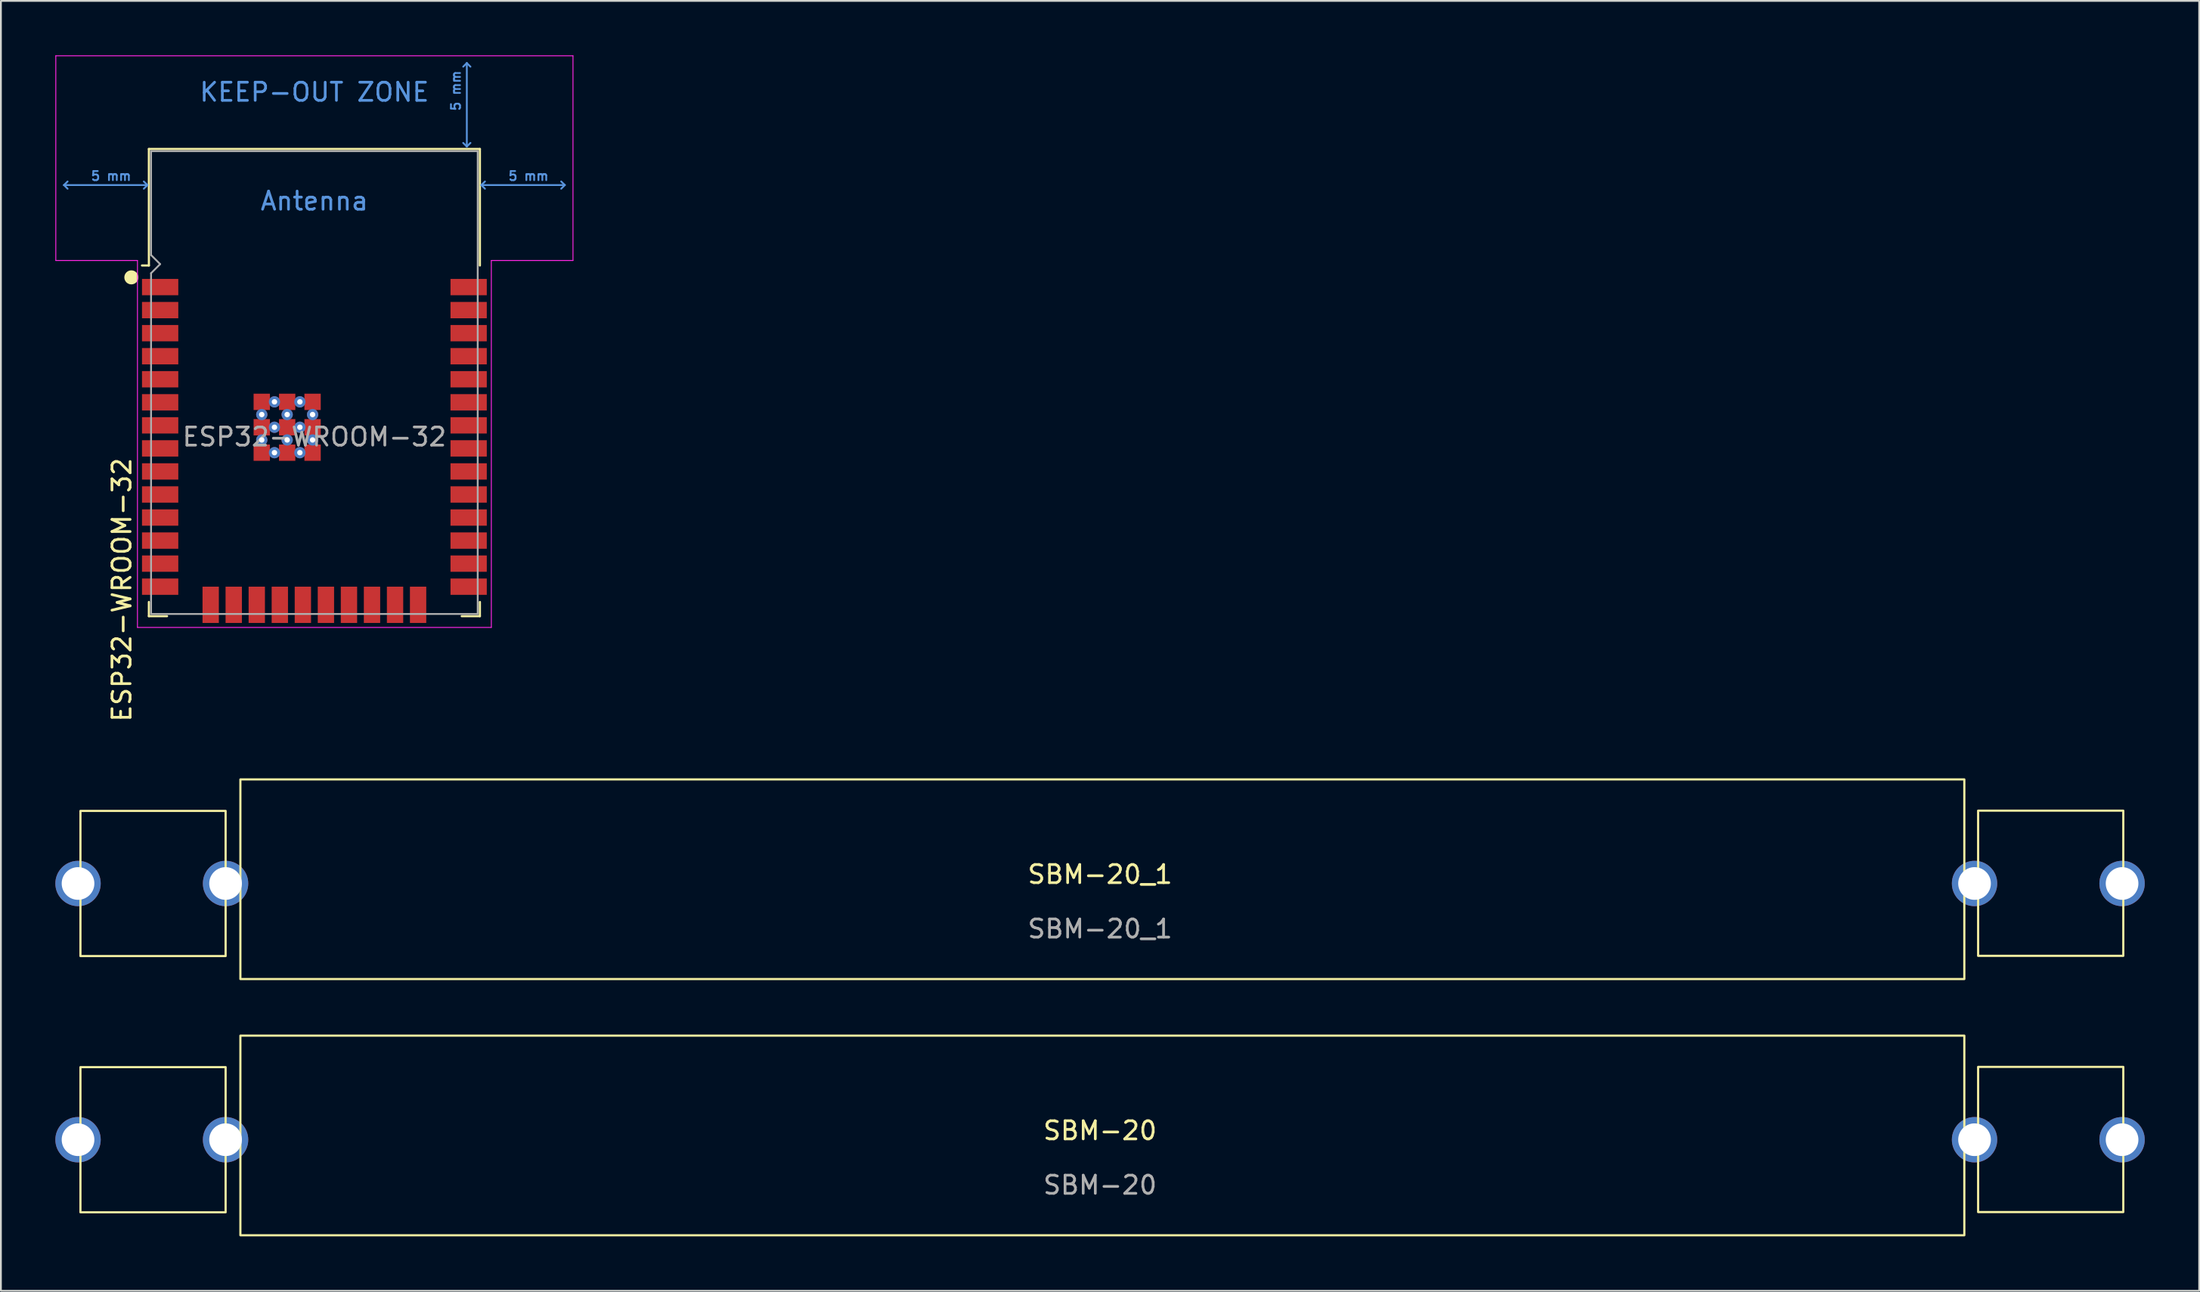
<source format=kicad_pcb>
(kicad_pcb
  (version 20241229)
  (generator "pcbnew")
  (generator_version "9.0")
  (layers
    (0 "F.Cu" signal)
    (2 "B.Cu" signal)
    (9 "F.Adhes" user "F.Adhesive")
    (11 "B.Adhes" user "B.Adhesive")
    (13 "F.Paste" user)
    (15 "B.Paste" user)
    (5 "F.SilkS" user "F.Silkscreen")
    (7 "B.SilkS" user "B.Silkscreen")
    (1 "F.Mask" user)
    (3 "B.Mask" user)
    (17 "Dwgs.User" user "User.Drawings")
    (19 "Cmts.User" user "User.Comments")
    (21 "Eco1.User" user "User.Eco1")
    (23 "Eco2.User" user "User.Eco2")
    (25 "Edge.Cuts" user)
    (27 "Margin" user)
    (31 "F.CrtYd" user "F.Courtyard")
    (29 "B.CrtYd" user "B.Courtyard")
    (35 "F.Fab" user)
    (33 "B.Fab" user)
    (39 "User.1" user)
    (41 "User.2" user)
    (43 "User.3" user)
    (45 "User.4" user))
  (footprint "ESP32-WROOM-32"
    (layer "F.Cu")
    (at 14.275 21.025)
    (property "Reference" "ESP32-WROOM-32" (at -10.61 8.43 90) (layer "F.SilkS") (effects (font (size 1 1) (thickness 0.15))))
    (attr smd)
    (fp_line (start -9.12 -15.865) (end -9.12 -9.445) (stroke (width 0.12) (type solid)) (layer "F.SilkS"))
    (fp_line (start -9.12 -15.865) (end 9.12 -15.865) (stroke (width 0.12) (type solid)) (layer "F.SilkS"))
    (fp_line (start -9.12 -9.445) (end -9.5 -9.445) (stroke (width 0.12) (type solid)) (layer "F.SilkS"))
    (fp_line (start -9.12 9.1) (end -9.12 9.88) (stroke (width 0.12) (type solid)) (layer "F.SilkS"))
    (fp_line (start -9.12 9.88) (end -8.12 9.88) (stroke (width 0.12) (type solid)) (layer "F.SilkS"))
    (fp_line (start 9.12 -15.865) (end 9.12 -9.445) (stroke (width 0.12) (type solid)) (layer "F.SilkS"))
    (fp_line (start 9.12 9.1) (end 9.12 9.88) (stroke (width 0.12) (type solid)) (layer "F.SilkS"))
    (fp_line (start 9.12 9.88) (end 8.12 9.88) (stroke (width 0.12) (type solid)) (layer "F.SilkS"))
    (fp_circle (center -10.087 -8.79) (end -9.85 -8.79) (stroke (width 0.3) (type solid)) (fill yes) (layer "F.SilkS"))
    (fp_line (start -13.8 -13.875) (end -13.6 -14.075) (stroke (width 0.1) (type solid)) (layer "Cmts.User"))
    (fp_line (start -13.8 -13.875) (end -13.6 -13.675) (stroke (width 0.1) (type solid)) (layer "Cmts.User"))
    (fp_line (start -13.8 -13.875) (end -9.2 -13.875) (stroke (width 0.1) (type solid)) (layer "Cmts.User"))
    (fp_line (start -9.2 -13.875) (end -9.4 -14.075) (stroke (width 0.1) (type solid)) (layer "Cmts.User"))
    (fp_line (start -9.2 -13.875) (end -9.4 -13.675) (stroke (width 0.1) (type solid)) (layer "Cmts.User"))
    (fp_line (start 8.4 -20.6) (end 8.2 -20.4) (stroke (width 0.1) (type solid)) (layer "Cmts.User"))
    (fp_line (start 8.4 -20.6) (end 8.6 -20.4) (stroke (width 0.1) (type solid)) (layer "Cmts.User"))
    (fp_line (start 8.4 -16) (end 8.2 -16.2) (stroke (width 0.1) (type solid)) (layer "Cmts.User"))
    (fp_line (start 8.4 -16) (end 8.4 -20.6) (stroke (width 0.1) (type solid)) (layer "Cmts.User"))
    (fp_line (start 8.4 -16) (end 8.6 -16.2) (stroke (width 0.1) (type solid)) (layer "Cmts.User"))
    (fp_line (start 9.2 -13.875) (end 9.4 -14.075) (stroke (width 0.1) (type solid)) (layer "Cmts.User"))
    (fp_line (start 9.2 -13.875) (end 9.4 -13.675) (stroke (width 0.1) (type solid)) (layer "Cmts.User"))
    (fp_line (start 9.2 -13.875) (end 13.8 -13.875) (stroke (width 0.1) (type solid)) (layer "Cmts.User"))
    (fp_line (start 13.8 -13.875) (end 13.6 -14.075) (stroke (width 0.1) (type solid)) (layer "Cmts.User"))
    (fp_line (start 13.8 -13.875) (end 13.6 -13.675) (stroke (width 0.1) (type solid)) (layer "Cmts.User"))
    (fp_line (start -14.25 -21) (end -14.25 -9.72) (stroke (width 0.05) (type solid)) (layer "F.CrtYd"))
    (fp_line (start -14.25 -21) (end 14.25 -21) (stroke (width 0.05) (type solid)) (layer "F.CrtYd"))
    (fp_line (start -14.25 -9.72) (end -9.75 -9.72) (stroke (width 0.05) (type solid)) (layer "F.CrtYd"))
    (fp_line (start -9.75 10.5) (end -9.75 -9.72) (stroke (width 0.05) (type solid)) (layer "F.CrtYd"))
    (fp_line (start -9.75 10.5) (end 9.75 10.5) (stroke (width 0.05) (type solid)) (layer "F.CrtYd"))
    (fp_line (start 9.75 -9.72) (end 9.75 10.5) (stroke (width 0.05) (type solid)) (layer "F.CrtYd"))
    (fp_line (start 9.75 -9.72) (end 14.25 -9.72) (stroke (width 0.05) (type solid)) (layer "F.CrtYd"))
    (fp_line (start 14.25 -21) (end 14.25 -9.72) (stroke (width 0.05) (type solid)) (layer "F.CrtYd"))
    (fp_line (start -9 -15.745) (end -9 -10.02) (stroke (width 0.1) (type solid)) (layer "F.Fab"))
    (fp_line (start -9 -15.745) (end 9 -15.745) (stroke (width 0.1) (type solid)) (layer "F.Fab"))
    (fp_line (start -9 -9.02) (end -9 9.76) (stroke (width 0.1) (type solid)) (layer "F.Fab"))
    (fp_line (start -9 -9.02) (end -8.5 -9.52) (stroke (width 0.1) (type solid)) (layer "F.Fab"))
    (fp_line (start -9 9.76) (end 9 9.76) (stroke (width 0.1) (type solid)) (layer "F.Fab"))
    (fp_line (start -8.5 -9.52) (end -9 -10.02) (stroke (width 0.1) (type solid)) (layer "F.Fab"))
    (fp_line (start 9 9.76) (end 9 -15.745) (stroke (width 0.1) (type solid)) (layer "F.Fab"))
    (fp_line (start 0 -5.75) (end 0 0) (stroke (width 0.12) (type solid)) (layer "User.9"))
    (fp_line (start 0 0) (end 3.25 0) (stroke (width 0.12) (type solid)) (layer "User.9"))
    (fp_text user "5 mm" (at 7.8 -19.075 90) (layer "Cmts.User") (effects (font (size 0.5 0.5) (thickness 0.1))))
    (fp_text user "Antenna" (at 0 -13 0) (layer "Cmts.User") (effects (font (size 1 1) (thickness 0.15))))
    (fp_text user "5 mm" (at 11.8 -14.375 0) (layer "Cmts.User") (effects (font (size 0.5 0.5) (thickness 0.1))))
    (fp_text user "5 mm" (at -11.2 -14.375 0) (layer "Cmts.User") (effects (font (size 0.5 0.5) (thickness 0.1))))
    (fp_text user "KEEP-OUT ZONE" (at 0 -19 0) (layer "Cmts.User") (effects (font (size 1 1) (thickness 0.15))))
    (fp_text user "${REFERENCE}" (at 0 0 0) (layer "F.Fab") (effects (font (size 1 1) (thickness 0.15))))
    (pad "1" smd rect (at -8.5 -8.255) (size 2 0.9) (layers "F.Cu" "F.Mask" "F.Paste"))
    (pad "2" smd rect (at -8.5 -6.985) (size 2 0.9) (layers "F.Cu" "F.Mask" "F.Paste"))
    (pad "3" smd rect (at -8.5 -5.715) (size 2 0.9) (layers "F.Cu" "F.Mask" "F.Paste"))
    (pad "4" smd rect (at -8.5 -4.445) (size 2 0.9) (layers "F.Cu" "F.Mask" "F.Paste"))
    (pad "5" smd rect (at -8.5 -3.175) (size 2 0.9) (layers "F.Cu" "F.Mask" "F.Paste"))
    (pad "6" smd rect (at -8.5 -1.905) (size 2 0.9) (layers "F.Cu" "F.Mask" "F.Paste"))
    (pad "7" smd rect (at -8.5 -0.635) (size 2 0.9) (layers "F.Cu" "F.Mask" "F.Paste"))
    (pad "8" smd rect (at -8.5 0.635) (size 2 0.9) (layers "F.Cu" "F.Mask" "F.Paste"))
    (pad "9" smd rect (at -8.5 1.905) (size 2 0.9) (layers "F.Cu" "F.Mask" "F.Paste"))
    (pad "10" smd rect (at -8.5 3.175) (size 2 0.9) (layers "F.Cu" "F.Mask" "F.Paste"))
    (pad "11" smd rect (at -8.5 4.445) (size 2 0.9) (layers "F.Cu" "F.Mask" "F.Paste"))
    (pad "12" smd rect (at -8.5 5.715) (size 2 0.9) (layers "F.Cu" "F.Mask" "F.Paste"))
    (pad "13" smd rect (at -8.5 6.985) (size 2 0.9) (layers "F.Cu" "F.Mask" "F.Paste"))
    (pad "14" smd rect (at -8.5 8.255) (size 2 0.9) (layers "F.Cu" "F.Mask" "F.Paste"))
    (pad "15" smd rect (at -5.715 9.255 90) (size 2 0.9) (layers "F.Cu" "F.Mask" "F.Paste"))
    (pad "16" smd rect (at -4.445 9.255 90) (size 2 0.9) (layers "F.Cu" "F.Mask" "F.Paste"))
    (pad "17" smd rect (at -3.175 9.255 90) (size 2 0.9) (layers "F.Cu" "F.Mask" "F.Paste"))
    (pad "18" smd rect (at -1.905 9.255 90) (size 2 0.9) (layers "F.Cu" "F.Mask" "F.Paste"))
    (pad "19" smd rect (at -0.635 9.255 90) (size 2 0.9) (layers "F.Cu" "F.Mask" "F.Paste"))
    (pad "20" smd rect (at 0.635 9.255 90) (size 2 0.9) (layers "F.Cu" "F.Mask" "F.Paste"))
    (pad "21" smd rect (at 1.905 9.255 90) (size 2 0.9) (layers "F.Cu" "F.Mask" "F.Paste"))
    (pad "22" smd rect (at 3.175 9.255 90) (size 2 0.9) (layers "F.Cu" "F.Mask" "F.Paste"))
    (pad "23" smd rect (at 4.445 9.255 90) (size 2 0.9) (layers "F.Cu" "F.Mask" "F.Paste"))
    (pad "24" smd rect (at 5.715 9.255 90) (size 2 0.9) (layers "F.Cu" "F.Mask" "F.Paste"))
    (pad "25" smd rect (at 8.5 8.255) (size 2 0.9) (layers "F.Cu" "F.Mask" "F.Paste"))
    (pad "26" smd rect (at 8.5 6.985) (size 2 0.9) (layers "F.Cu" "F.Mask" "F.Paste"))
    (pad "27" smd rect (at 8.5 5.715) (size 2 0.9) (layers "F.Cu" "F.Mask" "F.Paste"))
    (pad "28" smd rect (at 8.5 4.445) (size 2 0.9) (layers "F.Cu" "F.Mask" "F.Paste"))
    (pad "29" smd rect (at 8.5 3.175) (size 2 0.9) (layers "F.Cu" "F.Mask" "F.Paste"))
    (pad "30" smd rect (at 8.5 1.905) (size 2 0.9) (layers "F.Cu" "F.Mask" "F.Paste"))
    (pad "31" smd rect (at 8.5 0.635) (size 2 0.9) (layers "F.Cu" "F.Mask" "F.Paste"))
    (pad "32" smd rect (at 8.5 -0.635) (size 2 0.9) (layers "F.Cu" "F.Mask" "F.Paste"))
    (pad "33" smd rect (at 8.5 -1.905) (size 2 0.9) (layers "F.Cu" "F.Mask" "F.Paste"))
    (pad "34" smd rect (at 8.5 -3.175) (size 2 0.9) (layers "F.Cu" "F.Mask" "F.Paste"))
    (pad "35" smd rect (at 8.5 -4.445) (size 2 0.9) (layers "F.Cu" "F.Mask" "F.Paste"))
    (pad "36" smd rect (at 8.5 -5.715) (size 2 0.9) (layers "F.Cu" "F.Mask" "F.Paste"))
    (pad "37" smd rect (at 8.5 -6.985) (size 2 0.9) (layers "F.Cu" "F.Mask" "F.Paste"))
    (pad "38" smd rect (at 8.5 -8.255) (size 2 0.9) (layers "F.Cu" "F.Mask" "F.Paste"))
    (pad "39" smd rect (at -2.9 -1.93) (size 0.9 0.9) (property pad_prop_heatsink) (layers "F.Cu" "F.Mask" "F.Paste"))
    (pad "39" thru_hole circle (at -2.9 -1.23) (size 0.62 0.62) (drill 0.3) (property pad_prop_heatsink) (layers "*.Cu"))
    (pad "39" smd rect (at -2.9 -0.53) (size 0.9 0.9) (property pad_prop_heatsink) (layers "F.Cu" "F.Mask" "F.Paste"))
    (pad "39" thru_hole circle (at -2.9 0.17) (size 0.62 0.62) (drill 0.3) (property pad_prop_heatsink) (layers "*.Cu"))
    (pad "39" smd rect (at -2.9 0.87) (size 0.9 0.9) (property pad_prop_heatsink) (layers "F.Cu" "F.Mask" "F.Paste"))
    (pad "39" thru_hole circle (at -2.2 -1.93 90) (size 0.62 0.62) (drill 0.3) (property pad_prop_heatsink) (layers "*.Cu"))
    (pad "39" thru_hole circle (at -2.2 -0.53 90) (size 0.62 0.62) (drill 0.3) (property pad_prop_heatsink) (layers "*.Cu"))
    (pad "39" thru_hole circle (at -2.2 0.87 90) (size 0.62 0.62) (drill 0.3) (property pad_prop_heatsink) (layers "*.Cu"))
    (pad "39" smd rect (at -1.5 -1.93) (size 0.9 0.9) (property pad_prop_heatsink) (layers "F.Cu" "F.Mask" "F.Paste"))
    (pad "39" thru_hole circle (at -1.5 -1.23) (size 0.62 0.62) (drill 0.3) (property pad_prop_heatsink) (layers "*.Cu"))
    (pad "39" smd rect (at -1.5 -0.53) (size 0.9 0.9) (property pad_prop_heatsink) (layers "F.Cu" "F.Mask" "F.Paste"))
    (pad "39" thru_hole circle (at -1.5 0.17) (size 0.62 0.62) (drill 0.3) (property pad_prop_heatsink) (layers "*.Cu"))
    (pad "39" smd rect (at -1.5 0.87) (size 0.9 0.9) (property pad_prop_heatsink) (layers "F.Cu" "F.Mask" "F.Paste"))
    (pad "39" thru_hole circle (at -0.8 -1.93 90) (size 0.62 0.62) (drill 0.3) (property pad_prop_heatsink) (layers "*.Cu"))
    (pad "39" thru_hole circle (at -0.8 -0.53 90) (size 0.62 0.62) (drill 0.3) (property pad_prop_heatsink) (layers "*.Cu"))
    (pad "39" thru_hole circle (at -0.8 0.87 90) (size 0.62 0.62) (drill 0.3) (property pad_prop_heatsink) (layers "*.Cu"))
    (pad "39" smd rect (at -0.1 -1.93) (size 0.9 0.9) (property pad_prop_heatsink) (layers "F.Cu" "F.Mask" "F.Paste"))
    (pad "39" thru_hole circle (at -0.1 -1.23) (size 0.62 0.62) (drill 0.3) (property pad_prop_heatsink) (layers "*.Cu"))
    (pad "39" smd rect (at -0.1 -0.53) (size 0.9 0.9) (property pad_prop_heatsink) (layers "F.Cu" "F.Mask" "F.Paste"))
    (pad "39" thru_hole circle (at -0.1 0.17) (size 0.62 0.62) (drill 0.3) (property pad_prop_heatsink) (layers "*.Cu"))
    (pad "39" smd rect (at -0.1 0.87) (size 0.9 0.9) (property pad_prop_heatsink) (layers "F.Cu" "F.Mask" "F.Paste"))
    (zone (net_name "") (layers "F.Cu" "B.Cu") (hatch full 0.508) (connect_pads) (min_thickness 0.254) (filled_areas_thickness no) (keepout (tracks not_allowed) (vias not_allowed) (pads not_allowed) (copperpour not_allowed) (footprints not_allowed)) (placement (enabled no)) (fill) (polygon (pts (xy 0.275 11.055) (xy 28.275 11.055) (xy 28.275 0.275) (xy 0.275 0.275)))))
  (footprint "SBM-20"
    (layer "F.Cu")
    (at 57.57 59.757)
    (property "Reference" "SBM-20" (at 0 -0.5 0) (unlocked yes) (layer "F.SilkS") (effects (font (size 1 1) (thickness 0.15))))
    (attr through_hole)
    (fp_rect (start -56.187 -4) (end -48.187 4) (stroke (width 0.12) (type solid)) (fill no) (layer "F.SilkS"))
    (fp_rect (start -47.373 -5.735) (end 47.627 5.265) (stroke (width 0.12) (type solid)) (fill no) (layer "F.SilkS"))
    (fp_rect (start 48.387 -4.013) (end 56.387 3.987) (stroke (width 0.12) (type solid)) (fill no) (layer "F.SilkS"))
    (fp_text user "${REFERENCE}" (at 0 2.5 0) (unlocked yes) (layer "F.Fab") (effects (font (size 1 1) (thickness 0.15))))
    (pad "1" thru_hole circle (at -56.32 0) (size 2.5 2.5) (drill 1.8) (layers "*.Cu" "*.Mask"))
    (pad "1" thru_hole circle (at -48.19 0) (size 2.5 2.5) (drill 1.8) (layers "*.Cu" "*.Mask"))
    (pad "2" thru_hole circle (at 48.19 0) (size 2.5 2.5) (drill 1.8) (layers "*.Cu" "*.Mask"))
    (pad "2" thru_hole circle (at 56.32 0) (size 2.5 2.5) (drill 1.8) (layers "*.Cu" "*.Mask")))
  (footprint "SBM-20_1"
    (layer "F.Cu")
    (at 57.57 45.637)
    (property "Reference" "SBM-20_1" (at 0 -0.5 0) (unlocked yes) (layer "F.SilkS") (effects (font (size 1 1) (thickness 0.15))))
    (attr through_hole)
    (fp_rect (start -56.187 -4) (end -48.187 4) (stroke (width 0.12) (type solid)) (fill no) (layer "F.SilkS"))
    (fp_rect (start -47.373 -5.735) (end 47.627 5.265) (stroke (width 0.12) (type solid)) (fill no) (layer "F.SilkS"))
    (fp_rect (start 48.387 -4.013) (end 56.387 3.987) (stroke (width 0.12) (type solid)) (fill no) (layer "F.SilkS"))
    (fp_text user "${REFERENCE}" (at 0 2.5 0) (unlocked yes) (layer "F.Fab") (effects (font (size 1 1) (thickness 0.15))))
    (pad "1" thru_hole circle (at -56.32 0) (size 2.5 2.5) (drill 1.8) (layers "*.Cu" "*.Mask"))
    (pad "1" thru_hole circle (at -48.19 0) (size 2.5 2.5) (drill 1.8) (layers "*.Cu" "*.Mask"))
    (pad "2" thru_hole circle (at 48.19 0) (size 2.5 2.5) (drill 1.8) (layers "*.Cu" "*.Mask"))
    (pad "2" thru_hole circle (at 56.32 0) (size 2.5 2.5) (drill 1.8) (layers "*.Cu" "*.Mask")))
  (gr_rect
    (start -3 -3)
    (end 118.14 68.082)
    (stroke (width 0.1) (type default))
    (fill no)
    (layer "Edge.Cuts")))
</source>
